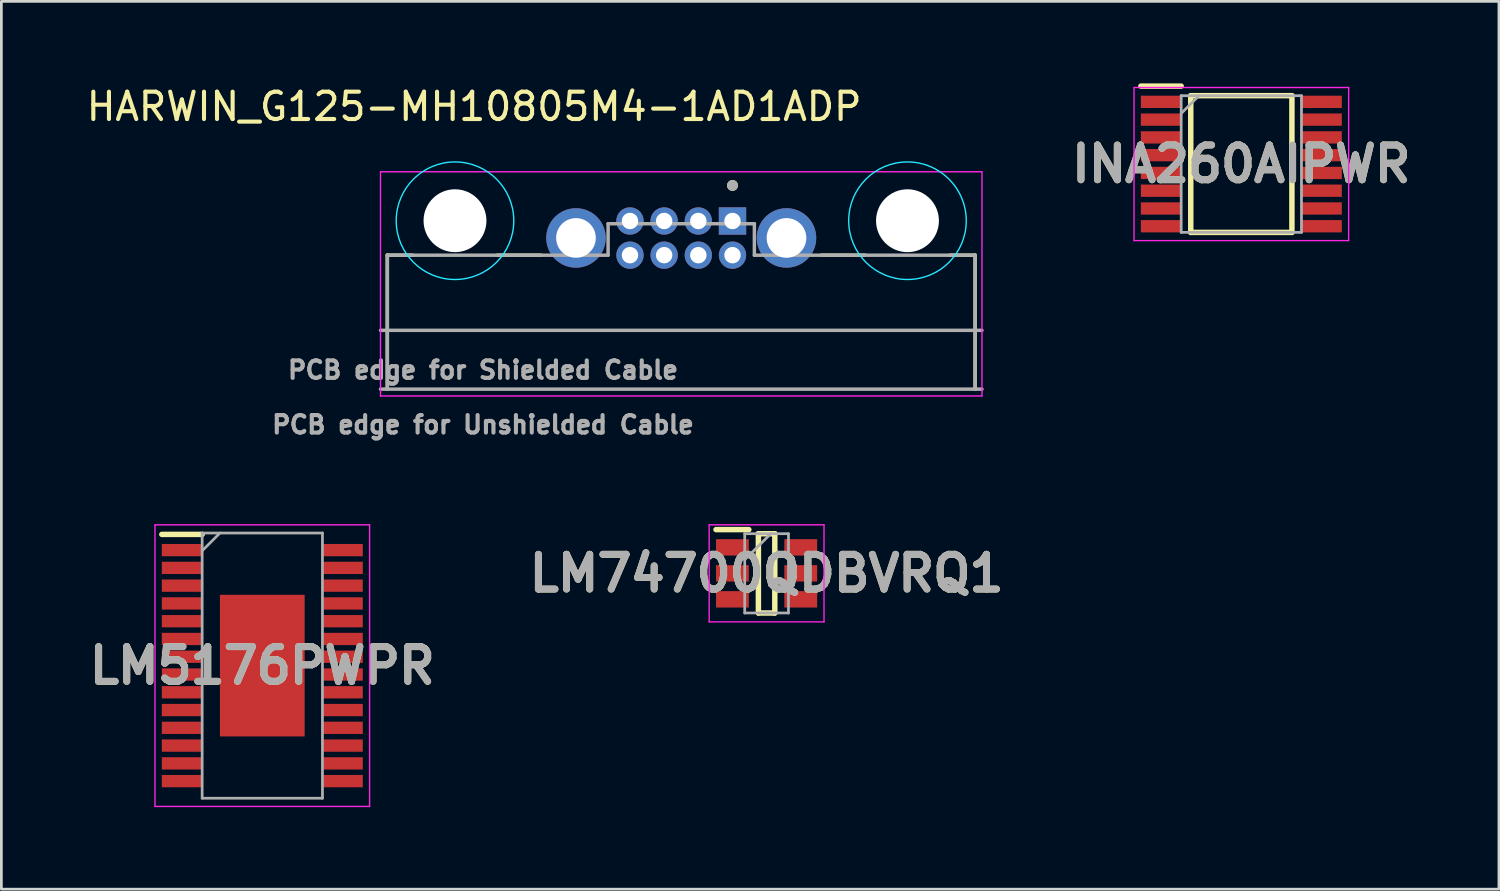
<source format=kicad_pcb>
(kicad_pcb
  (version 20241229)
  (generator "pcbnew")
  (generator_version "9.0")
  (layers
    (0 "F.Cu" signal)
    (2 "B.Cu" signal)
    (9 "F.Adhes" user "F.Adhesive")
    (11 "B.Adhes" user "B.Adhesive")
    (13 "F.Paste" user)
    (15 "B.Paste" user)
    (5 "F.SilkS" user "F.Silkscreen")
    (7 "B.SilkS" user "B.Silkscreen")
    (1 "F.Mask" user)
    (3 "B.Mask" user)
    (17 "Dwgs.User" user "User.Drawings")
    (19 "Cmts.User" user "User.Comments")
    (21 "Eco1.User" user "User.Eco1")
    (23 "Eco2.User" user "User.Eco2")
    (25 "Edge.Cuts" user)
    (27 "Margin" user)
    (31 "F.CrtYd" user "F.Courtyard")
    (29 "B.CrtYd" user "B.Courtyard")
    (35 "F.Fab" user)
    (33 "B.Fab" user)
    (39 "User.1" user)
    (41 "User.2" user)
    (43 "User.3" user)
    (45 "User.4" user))
  (footprint "HARWIN_G125-MH10805M4-1AD1ADP"
    (layer "F.Cu")
    (at 21.867 8.733)
    (property "Reference" "HARWIN_G125-MH10805M4-1AD1ADP" (at -7.575 -7.885 0) (layer "F.SilkS") (effects (font (size 1 1) (thickness 0.15))))
    (attr through_hole)
    (fp_line (start -10.75 -2.45) (end -9.825 -2.45) (stroke (width 0.127) (type solid)) (layer "F.SilkS"))
    (fp_line (start -10.75 2.45) (end -10.75 -2.45) (stroke (width 0.127) (type solid)) (layer "F.SilkS"))
    (fp_line (start -6.725 -2.45) (end -5.125 -2.45) (stroke (width 0.127) (type solid)) (layer "F.SilkS"))
    (fp_line (start 5.125 -2.45) (end 6.725 -2.45) (stroke (width 0.127) (type solid)) (layer "F.SilkS"))
    (fp_line (start 9.825 -2.45) (end 10.75 -2.45) (stroke (width 0.127) (type solid)) (layer "F.SilkS"))
    (fp_line (start 10.75 2.45) (end 10.75 -2.45) (stroke (width 0.127) (type solid)) (layer "F.SilkS"))
    (fp_circle (center 1.875 -5) (end 1.975 -5) (stroke (width 0.2) (type solid)) (fill no) (layer "F.SilkS"))
    (fp_circle (center -8.275 -3.71) (end -6.125 -3.71) (stroke (width 0.05) (type solid)) (fill no) (layer "B.CrtYd"))
    (fp_circle (center 8.275 -3.71) (end 10.425 -3.71) (stroke (width 0.05) (type solid)) (fill no) (layer "B.CrtYd"))
    (fp_line (start -11 -5.5) (end 11 -5.5) (stroke (width 0.05) (type solid)) (layer "F.CrtYd"))
    (fp_line (start -11 2.7) (end -11 -5.5) (stroke (width 0.05) (type solid)) (layer "F.CrtYd"))
    (fp_line (start 11 -5.5) (end 11 2.7) (stroke (width 0.05) (type solid)) (layer "F.CrtYd"))
    (fp_line (start 11 2.7) (end -11 2.7) (stroke (width 0.05) (type solid)) (layer "F.CrtYd"))
    (fp_line (start -11 0.3) (end 11 0.3) (stroke (width 0.127) (type solid)) (layer "F.Fab"))
    (fp_line (start -10.75 -2.45) (end -2.675 -2.45) (stroke (width 0.127) (type solid)) (layer "F.Fab"))
    (fp_line (start -10.75 2.45) (end -11 2.45) (stroke (width 0.127) (type solid)) (layer "F.Fab"))
    (fp_line (start -10.75 2.45) (end -10.75 -2.45) (stroke (width 0.127) (type solid)) (layer "F.Fab"))
    (fp_line (start -10.75 2.45) (end 10.75 2.45) (stroke (width 0.127) (type solid)) (layer "F.Fab"))
    (fp_line (start -2.675 -3.6) (end -2.675 -2.45) (stroke (width 0.127) (type solid)) (layer "F.Fab"))
    (fp_line (start 2.675 -3.6) (end -2.675 -3.6) (stroke (width 0.127) (type solid)) (layer "F.Fab"))
    (fp_line (start 2.675 -3.6) (end 2.675 -2.45) (stroke (width 0.127) (type solid)) (layer "F.Fab"))
    (fp_line (start 2.675 -2.45) (end 10.75 -2.45) (stroke (width 0.127) (type solid)) (layer "F.Fab"))
    (fp_line (start 10.75 2.45) (end 10.75 -2.45) (stroke (width 0.127) (type solid)) (layer "F.Fab"))
    (fp_line (start 10.75 2.45) (end 11 2.45) (stroke (width 0.127) (type solid)) (layer "F.Fab"))
    (fp_circle (center 1.875 -5) (end 1.975 -5) (stroke (width 0.2) (type solid)) (fill no) (layer "F.Fab"))
    (fp_text user "PCB edge for Shielded Cable" (at -7.25 1.75 0) (layer "F.Fab") (effects (font (size 0.64 0.64) (thickness 0.15))))
    (fp_text user "PCB edge for Unshielded Cable" (at -7.25 3.75 0) (layer "F.Fab") (effects (font (size 0.64 0.64) (thickness 0.15))))
    (pad "" np_thru_hole circle (at -8.275 -3.71) (size 2.3 2.3) (drill 2.3) (layers "*.Cu" "*.Mask"))
    (pad "" np_thru_hole circle (at 8.275 -3.71) (size 2.3 2.3) (drill 2.3) (layers "*.Cu" "*.Mask"))
    (pad "1" thru_hole rect (at 1.875 -3.7) (size 1 1) (drill 0.6) (layers "*.Cu" "*.Mask"))
    (pad "2" thru_hole circle (at 0.625 -3.7) (size 1 1) (drill 0.6) (layers "*.Cu" "*.Mask"))
    (pad "3" thru_hole circle (at -0.625 -3.7) (size 1 1) (drill 0.6) (layers "*.Cu" "*.Mask"))
    (pad "4" thru_hole circle (at -1.875 -3.7) (size 1 1) (drill 0.6) (layers "*.Cu" "*.Mask"))
    (pad "5" thru_hole circle (at 1.875 -2.45) (size 1 1) (drill 0.6) (layers "*.Cu" "*.Mask"))
    (pad "6" thru_hole circle (at 0.625 -2.45) (size 1 1) (drill 0.6) (layers "*.Cu" "*.Mask"))
    (pad "7" thru_hole circle (at -0.625 -2.45) (size 1 1) (drill 0.6) (layers "*.Cu" "*.Mask"))
    (pad "8" thru_hole circle (at -1.875 -2.45) (size 1 1) (drill 0.6) (layers "*.Cu" "*.Mask"))
    (pad "A" thru_hole circle (at 3.85 -3.08) (size 2.175 2.175) (drill 1.45) (layers "*.Cu" "*.Mask"))
    (pad "B" thru_hole circle (at -3.85 -3.08) (size 2.175 2.175) (drill 1.45) (layers "*.Cu" "*.Mask"))
    (zone (net_name "") (layers "F.Cu" "B.Cu") (hatch full 0.508) (connect_pads) (min_thickness 1.9) (filled_areas_thickness no) (keepout (tracks allowed) (vias not_allowed) (pads allowed) (copperpour allowed) (footprints allowed)) (placement (enabled no)) (fill) (polygon (pts (xy 15.492 5.023) (xy 15.483 5.209) (xy 15.455 5.394) (xy 15.41 5.575) (xy 15.347 5.75) (xy 15.267 5.919) (xy 15.171 6.079) (xy 15.06 6.229) (xy 14.935 6.367) (xy 14.797 6.492) (xy 14.647 6.603) (xy 14.487 6.699) (xy 14.319 6.779) (xy 14.143 6.841) (xy 13.962 6.887) (xy 13.778 6.914) (xy 13.592 6.923) (xy 13.405 6.914) (xy 13.221 6.887) (xy 13.04 6.841) (xy 12.865 6.779) (xy 12.696 6.699) (xy 12.536 6.603) (xy 12.386 6.492) (xy 12.248 6.367) (xy 12.123 6.229) (xy 12.012 6.079) (xy 11.916 5.919) (xy 11.836 5.75) (xy 11.773 5.575) (xy 11.728 5.394) (xy 11.701 5.209) (xy 11.692 5.023) (xy 11.701 4.837) (xy 11.728 4.653) (xy 11.773 4.472) (xy 11.836 4.296) (xy 11.916 4.128) (xy 12.012 3.968) (xy 12.123 3.818) (xy 12.248 3.68) (xy 12.386 3.555) (xy 12.536 3.443) (xy 12.696 3.348) (xy 12.865 3.268) (xy 13.04 3.205) (xy 13.221 3.16) (xy 13.405 3.132) (xy 13.592 3.123) (xy 13.778 3.132) (xy 13.962 3.16) (xy 14.143 3.205) (xy 14.319 3.268) (xy 14.487 3.348) (xy 14.647 3.443) (xy 14.797 3.555) (xy 14.935 3.68) (xy 15.06 3.818) (xy 15.171 3.968) (xy 15.267 4.128) (xy 15.347 4.296) (xy 15.41 4.472) (xy 15.455 4.653) (xy 15.483 4.837))))
    (zone (net_name "") (layers "F.Cu" "B.Cu") (hatch full 0.508) (connect_pads) (min_thickness 1.9) (filled_areas_thickness no) (keepout (tracks allowed) (vias not_allowed) (pads allowed) (copperpour allowed) (footprints allowed)) (placement (enabled no)) (fill) (polygon (pts (xy 32.042 5.023) (xy 32.033 5.209) (xy 32.005 5.394) (xy 31.96 5.575) (xy 31.897 5.75) (xy 31.817 5.919) (xy 31.721 6.079) (xy 31.61 6.229) (xy 31.485 6.367) (xy 31.347 6.492) (xy 31.197 6.603) (xy 31.037 6.699) (xy 30.869 6.779) (xy 30.693 6.841) (xy 30.512 6.887) (xy 30.328 6.914) (xy 30.142 6.923) (xy 29.955 6.914) (xy 29.771 6.887) (xy 29.59 6.841) (xy 29.415 6.779) (xy 29.246 6.699) (xy 29.086 6.603) (xy 28.936 6.492) (xy 28.798 6.367) (xy 28.673 6.229) (xy 28.562 6.079) (xy 28.466 5.919) (xy 28.386 5.75) (xy 28.323 5.575) (xy 28.278 5.394) (xy 28.251 5.209) (xy 28.242 5.023) (xy 28.251 4.837) (xy 28.278 4.653) (xy 28.323 4.472) (xy 28.386 4.296) (xy 28.466 4.128) (xy 28.562 3.968) (xy 28.673 3.818) (xy 28.798 3.68) (xy 28.936 3.555) (xy 29.086 3.443) (xy 29.246 3.348) (xy 29.415 3.268) (xy 29.59 3.205) (xy 29.771 3.16) (xy 29.955 3.132) (xy 30.142 3.123) (xy 30.328 3.132) (xy 30.512 3.16) (xy 30.693 3.205) (xy 30.869 3.268) (xy 31.037 3.348) (xy 31.197 3.443) (xy 31.347 3.555) (xy 31.485 3.68) (xy 31.61 3.818) (xy 31.721 3.968) (xy 31.817 4.128) (xy 31.897 4.296) (xy 31.96 4.472) (xy 32.005 4.653) (xy 32.033 4.837))))
    (zone (net_name "") (layer "B.Cu") (hatch full 0.508) (connect_pads) (min_thickness 1.9) (filled_areas_thickness no) (keepout (tracks not_allowed) (vias not_allowed) (pads not_allowed) (copperpour not_allowed) (footprints allowed)) (placement (enabled no)) (fill) (polygon (pts (xy 15.492 5.023) (xy 15.483 5.209) (xy 15.455 5.394) (xy 15.41 5.575) (xy 15.347 5.75) (xy 15.267 5.919) (xy 15.171 6.079) (xy 15.06 6.229) (xy 14.935 6.367) (xy 14.797 6.492) (xy 14.647 6.603) (xy 14.487 6.699) (xy 14.319 6.779) (xy 14.143 6.841) (xy 13.962 6.887) (xy 13.778 6.914) (xy 13.592 6.923) (xy 13.405 6.914) (xy 13.221 6.887) (xy 13.04 6.841) (xy 12.865 6.779) (xy 12.696 6.699) (xy 12.536 6.603) (xy 12.386 6.492) (xy 12.248 6.367) (xy 12.123 6.229) (xy 12.012 6.079) (xy 11.916 5.919) (xy 11.836 5.75) (xy 11.773 5.575) (xy 11.728 5.394) (xy 11.701 5.209) (xy 11.692 5.023) (xy 11.701 4.837) (xy 11.728 4.653) (xy 11.773 4.472) (xy 11.836 4.296) (xy 11.916 4.128) (xy 12.012 3.968) (xy 12.123 3.818) (xy 12.248 3.68) (xy 12.386 3.555) (xy 12.536 3.443) (xy 12.696 3.348) (xy 12.865 3.268) (xy 13.04 3.205) (xy 13.221 3.16) (xy 13.405 3.132) (xy 13.592 3.123) (xy 13.778 3.132) (xy 13.962 3.16) (xy 14.143 3.205) (xy 14.319 3.268) (xy 14.487 3.348) (xy 14.647 3.443) (xy 14.797 3.555) (xy 14.935 3.68) (xy 15.06 3.818) (xy 15.171 3.968) (xy 15.267 4.128) (xy 15.347 4.296) (xy 15.41 4.472) (xy 15.455 4.653) (xy 15.483 4.837))))
    (zone (net_name "") (layer "B.Cu") (hatch full 0.508) (connect_pads) (min_thickness 1.9) (filled_areas_thickness no) (keepout (tracks not_allowed) (vias not_allowed) (pads not_allowed) (copperpour not_allowed) (footprints allowed)) (placement (enabled no)) (fill) (polygon (pts (xy 32.042 5.023) (xy 32.033 5.209) (xy 32.005 5.394) (xy 31.96 5.575) (xy 31.897 5.75) (xy 31.817 5.919) (xy 31.721 6.079) (xy 31.61 6.229) (xy 31.485 6.367) (xy 31.347 6.492) (xy 31.197 6.603) (xy 31.037 6.699) (xy 30.869 6.779) (xy 30.693 6.841) (xy 30.512 6.887) (xy 30.328 6.914) (xy 30.142 6.923) (xy 29.955 6.914) (xy 29.771 6.887) (xy 29.59 6.841) (xy 29.415 6.779) (xy 29.246 6.699) (xy 29.086 6.603) (xy 28.936 6.492) (xy 28.798 6.367) (xy 28.673 6.229) (xy 28.562 6.079) (xy 28.466 5.919) (xy 28.386 5.75) (xy 28.323 5.575) (xy 28.278 5.394) (xy 28.251 5.209) (xy 28.242 5.023) (xy 28.251 4.837) (xy 28.278 4.653) (xy 28.323 4.472) (xy 28.386 4.296) (xy 28.466 4.128) (xy 28.562 3.968) (xy 28.673 3.818) (xy 28.798 3.68) (xy 28.936 3.555) (xy 29.086 3.443) (xy 29.246 3.348) (xy 29.415 3.268) (xy 29.59 3.205) (xy 29.771 3.16) (xy 29.955 3.132) (xy 30.142 3.123) (xy 30.328 3.132) (xy 30.512 3.16) (xy 30.693 3.205) (xy 30.869 3.268) (xy 31.037 3.348) (xy 31.197 3.443) (xy 31.347 3.555) (xy 31.485 3.68) (xy 31.61 3.818) (xy 31.721 3.968) (xy 31.817 4.128) (xy 31.897 4.296) (xy 31.96 4.472) (xy 32.005 4.653) (xy 32.033 4.837)))))
  (footprint "LM5176PWPR"
    (layer "F.Cu")
    (at 6.544 21.296)
    (property "Reference" "LM5176PWPR" (at 0 0 0) (layer "F.SilkS") (effects (font (size 1.27 1.27) (thickness 0.254))))
    (attr smd)
    (fp_line (start -3.675 -4.8) (end -2.2 -4.8) (stroke (width 0.2) (type solid)) (layer "F.SilkS"))
    (fp_line (start -3.925 -5.15) (end 3.925 -5.15) (stroke (width 0.05) (type solid)) (layer "F.CrtYd"))
    (fp_line (start -3.925 5.15) (end -3.925 -5.15) (stroke (width 0.05) (type solid)) (layer "F.CrtYd"))
    (fp_line (start 3.925 -5.15) (end 3.925 5.15) (stroke (width 0.05) (type solid)) (layer "F.CrtYd"))
    (fp_line (start 3.925 5.15) (end -3.925 5.15) (stroke (width 0.05) (type solid)) (layer "F.CrtYd"))
    (fp_line (start -2.2 -4.85) (end 2.2 -4.85) (stroke (width 0.1) (type solid)) (layer "F.Fab"))
    (fp_line (start -2.2 -4.2) (end -1.55 -4.85) (stroke (width 0.1) (type solid)) (layer "F.Fab"))
    (fp_line (start -2.2 4.85) (end -2.2 -4.85) (stroke (width 0.1) (type solid)) (layer "F.Fab"))
    (fp_line (start 2.2 -4.85) (end 2.2 4.85) (stroke (width 0.1) (type solid)) (layer "F.Fab"))
    (fp_line (start 2.2 4.85) (end -2.2 4.85) (stroke (width 0.1) (type solid)) (layer "F.Fab"))
    (fp_text user "${REFERENCE}" (at 0 0 0) (layer "F.Fab") (effects (font (size 1.27 1.27) (thickness 0.254))))
    (pad "1" smd rect (at -2.938 -4.225 90) (size 0.45 1.475) (layers "F.Cu" "F.Mask" "F.Paste"))
    (pad "2" smd rect (at -2.938 -3.575 90) (size 0.45 1.475) (layers "F.Cu" "F.Mask" "F.Paste"))
    (pad "3" smd rect (at -2.938 -2.925 90) (size 0.45 1.475) (layers "F.Cu" "F.Mask" "F.Paste"))
    (pad "4" smd rect (at -2.938 -2.275 90) (size 0.45 1.475) (layers "F.Cu" "F.Mask" "F.Paste"))
    (pad "5" smd rect (at -2.938 -1.625 90) (size 0.45 1.475) (layers "F.Cu" "F.Mask" "F.Paste"))
    (pad "6" smd rect (at -2.938 -0.975 90) (size 0.45 1.475) (layers "F.Cu" "F.Mask" "F.Paste"))
    (pad "7" smd rect (at -2.938 -0.325 90) (size 0.45 1.475) (layers "F.Cu" "F.Mask" "F.Paste"))
    (pad "8" smd rect (at -2.938 0.325 90) (size 0.45 1.475) (layers "F.Cu" "F.Mask" "F.Paste"))
    (pad "9" smd rect (at -2.938 0.975 90) (size 0.45 1.475) (layers "F.Cu" "F.Mask" "F.Paste"))
    (pad "10" smd rect (at -2.938 1.625 90) (size 0.45 1.475) (layers "F.Cu" "F.Mask" "F.Paste"))
    (pad "11" smd rect (at -2.938 2.275 90) (size 0.45 1.475) (layers "F.Cu" "F.Mask" "F.Paste"))
    (pad "12" smd rect (at -2.938 2.925 90) (size 0.45 1.475) (layers "F.Cu" "F.Mask" "F.Paste"))
    (pad "13" smd rect (at -2.938 3.575 90) (size 0.45 1.475) (layers "F.Cu" "F.Mask" "F.Paste"))
    (pad "14" smd rect (at -2.938 4.225 90) (size 0.45 1.475) (layers "F.Cu" "F.Mask" "F.Paste"))
    (pad "15" smd rect (at 2.938 4.225 90) (size 0.45 1.475) (layers "F.Cu" "F.Mask" "F.Paste"))
    (pad "16" smd rect (at 2.938 3.575 90) (size 0.45 1.475) (layers "F.Cu" "F.Mask" "F.Paste"))
    (pad "17" smd rect (at 2.938 2.925 90) (size 0.45 1.475) (layers "F.Cu" "F.Mask" "F.Paste"))
    (pad "18" smd rect (at 2.938 2.275 90) (size 0.45 1.475) (layers "F.Cu" "F.Mask" "F.Paste"))
    (pad "19" smd rect (at 2.938 1.625 90) (size 0.45 1.475) (layers "F.Cu" "F.Mask" "F.Paste"))
    (pad "20" smd rect (at 2.938 0.975 90) (size 0.45 1.475) (layers "F.Cu" "F.Mask" "F.Paste"))
    (pad "21" smd rect (at 2.938 0.325 90) (size 0.45 1.475) (layers "F.Cu" "F.Mask" "F.Paste"))
    (pad "22" smd rect (at 2.938 -0.325 90) (size 0.45 1.475) (layers "F.Cu" "F.Mask" "F.Paste"))
    (pad "23" smd rect (at 2.938 -0.975 90) (size 0.45 1.475) (layers "F.Cu" "F.Mask" "F.Paste"))
    (pad "24" smd rect (at 2.938 -1.625 90) (size 0.45 1.475) (layers "F.Cu" "F.Mask" "F.Paste"))
    (pad "25" smd rect (at 2.938 -2.275 90) (size 0.45 1.475) (layers "F.Cu" "F.Mask" "F.Paste"))
    (pad "26" smd rect (at 2.938 -2.925 90) (size 0.45 1.475) (layers "F.Cu" "F.Mask" "F.Paste"))
    (pad "27" smd rect (at 2.938 -3.575 90) (size 0.45 1.475) (layers "F.Cu" "F.Mask" "F.Paste"))
    (pad "28" smd rect (at 2.938 -4.225 90) (size 0.45 1.475) (layers "F.Cu" "F.Mask" "F.Paste"))
    (pad "29" smd rect (at 0 0) (size 3.1 5.18) (layers "F.Cu" "F.Mask" "F.Paste")))
  (footprint "LM74700QDBVRQ1"
    (layer "F.Cu")
    (at 24.989 17.921)
    (property "Reference" "LM74700QDBVRQ1" (at 0 0 0) (layer "F.SilkS") (effects (font (size 1.27 1.27) (thickness 0.254))))
    (attr smd)
    (fp_line (start -1.85 -1.6) (end -0.65 -1.6) (stroke (width 0.2) (type solid)) (layer "F.SilkS"))
    (fp_line (start -0.3 -1.45) (end 0.3 -1.45) (stroke (width 0.2) (type solid)) (layer "F.SilkS"))
    (fp_line (start -0.3 1.45) (end -0.3 -1.45) (stroke (width 0.2) (type solid)) (layer "F.SilkS"))
    (fp_line (start 0.3 -1.45) (end 0.3 1.45) (stroke (width 0.2) (type solid)) (layer "F.SilkS"))
    (fp_line (start 0.3 1.45) (end -0.3 1.45) (stroke (width 0.2) (type solid)) (layer "F.SilkS"))
    (fp_line (start -2.1 -1.775) (end 2.1 -1.775) (stroke (width 0.05) (type solid)) (layer "F.CrtYd"))
    (fp_line (start -2.1 1.775) (end -2.1 -1.775) (stroke (width 0.05) (type solid)) (layer "F.CrtYd"))
    (fp_line (start 2.1 -1.775) (end 2.1 1.775) (stroke (width 0.05) (type solid)) (layer "F.CrtYd"))
    (fp_line (start 2.1 1.775) (end -2.1 1.775) (stroke (width 0.05) (type solid)) (layer "F.CrtYd"))
    (fp_line (start -0.8 -1.45) (end 0.8 -1.45) (stroke (width 0.1) (type solid)) (layer "F.Fab"))
    (fp_line (start -0.8 -0.5) (end 0.15 -1.45) (stroke (width 0.1) (type solid)) (layer "F.Fab"))
    (fp_line (start -0.8 1.45) (end -0.8 -1.45) (stroke (width 0.1) (type solid)) (layer "F.Fab"))
    (fp_line (start 0.8 -1.45) (end 0.8 1.45) (stroke (width 0.1) (type solid)) (layer "F.Fab"))
    (fp_line (start 0.8 1.45) (end -0.8 1.45) (stroke (width 0.1) (type solid)) (layer "F.Fab"))
    (fp_text user "${REFERENCE}" (at 0 0 0) (layer "F.Fab") (effects (font (size 1.27 1.27) (thickness 0.254))))
    (pad "1" smd rect (at -1.25 -0.95 90) (size 0.6 1.2) (layers "F.Cu" "F.Mask" "F.Paste"))
    (pad "2" smd rect (at -1.25 0 90) (size 0.6 1.2) (layers "F.Cu" "F.Mask" "F.Paste"))
    (pad "3" smd rect (at -1.25 0.95 90) (size 0.6 1.2) (layers "F.Cu" "F.Mask" "F.Paste"))
    (pad "4" smd rect (at 1.25 0.95 90) (size 0.6 1.2) (layers "F.Cu" "F.Mask" "F.Paste"))
    (pad "5" smd rect (at 1.25 0 90) (size 0.6 1.2) (layers "F.Cu" "F.Mask" "F.Paste"))
    (pad "6" smd rect (at 1.25 -0.95 90) (size 0.6 1.2) (layers "F.Cu" "F.Mask" "F.Paste")))
  (footprint "INA260AIPWR"
    (layer "F.Cu")
    (at 42.353 2.95)
    (property "Reference" "INA260AIPWR" (at 0 0 0) (layer "F.SilkS") (effects (font (size 1.27 1.27) (thickness 0.254))))
    (attr smd)
    (fp_line (start -3.675 -2.85) (end -2.2 -2.85) (stroke (width 0.2) (type solid)) (layer "F.SilkS"))
    (fp_line (start -1.85 -2.5) (end 1.85 -2.5) (stroke (width 0.2) (type solid)) (layer "F.SilkS"))
    (fp_line (start -1.85 2.5) (end -1.85 -2.5) (stroke (width 0.2) (type solid)) (layer "F.SilkS"))
    (fp_line (start 1.85 -2.5) (end 1.85 2.5) (stroke (width 0.2) (type solid)) (layer "F.SilkS"))
    (fp_line (start 1.85 2.5) (end -1.85 2.5) (stroke (width 0.2) (type solid)) (layer "F.SilkS"))
    (fp_line (start -3.925 -2.8) (end 3.925 -2.8) (stroke (width 0.05) (type solid)) (layer "F.CrtYd"))
    (fp_line (start -3.925 2.8) (end -3.925 -2.8) (stroke (width 0.05) (type solid)) (layer "F.CrtYd"))
    (fp_line (start 3.925 -2.8) (end 3.925 2.8) (stroke (width 0.05) (type solid)) (layer "F.CrtYd"))
    (fp_line (start 3.925 2.8) (end -3.925 2.8) (stroke (width 0.05) (type solid)) (layer "F.CrtYd"))
    (fp_line (start -2.2 -2.5) (end 2.2 -2.5) (stroke (width 0.1) (type solid)) (layer "F.Fab"))
    (fp_line (start -2.2 -1.85) (end -1.55 -2.5) (stroke (width 0.1) (type solid)) (layer "F.Fab"))
    (fp_line (start -2.2 2.5) (end -2.2 -2.5) (stroke (width 0.1) (type solid)) (layer "F.Fab"))
    (fp_line (start 2.2 -2.5) (end 2.2 2.5) (stroke (width 0.1) (type solid)) (layer "F.Fab"))
    (fp_line (start 2.2 2.5) (end -2.2 2.5) (stroke (width 0.1) (type solid)) (layer "F.Fab"))
    (fp_text user "${REFERENCE}" (at 0 0 0) (layer "F.Fab") (effects (font (size 1.27 1.27) (thickness 0.254))))
    (pad "1" smd rect (at -2.938 -2.275 90) (size 0.45 1.475) (layers "F.Cu" "F.Mask" "F.Paste"))
    (pad "2" smd rect (at -2.938 -1.625 90) (size 0.45 1.475) (layers "F.Cu" "F.Mask" "F.Paste"))
    (pad "3" smd rect (at -2.938 -0.975 90) (size 0.45 1.475) (layers "F.Cu" "F.Mask" "F.Paste"))
    (pad "4" smd rect (at -2.938 -0.325 90) (size 0.45 1.475) (layers "F.Cu" "F.Mask" "F.Paste"))
    (pad "5" smd rect (at -2.938 0.325 90) (size 0.45 1.475) (layers "F.Cu" "F.Mask" "F.Paste"))
    (pad "6" smd rect (at -2.938 0.975 90) (size 0.45 1.475) (layers "F.Cu" "F.Mask" "F.Paste"))
    (pad "7" smd rect (at -2.938 1.625 90) (size 0.45 1.475) (layers "F.Cu" "F.Mask" "F.Paste"))
    (pad "8" smd rect (at -2.938 2.275 90) (size 0.45 1.475) (layers "F.Cu" "F.Mask" "F.Paste"))
    (pad "9" smd rect (at 2.938 2.275 90) (size 0.45 1.475) (layers "F.Cu" "F.Mask" "F.Paste"))
    (pad "10" smd rect (at 2.938 1.625 90) (size 0.45 1.475) (layers "F.Cu" "F.Mask" "F.Paste"))
    (pad "11" smd rect (at 2.938 0.975 90) (size 0.45 1.475) (layers "F.Cu" "F.Mask" "F.Paste"))
    (pad "12" smd rect (at 2.938 0.325 90) (size 0.45 1.475) (layers "F.Cu" "F.Mask" "F.Paste"))
    (pad "13" smd rect (at 2.938 -0.325 90) (size 0.45 1.475) (layers "F.Cu" "F.Mask" "F.Paste"))
    (pad "14" smd rect (at 2.938 -0.975 90) (size 0.45 1.475) (layers "F.Cu" "F.Mask" "F.Paste"))
    (pad "15" smd rect (at 2.938 -1.625 90) (size 0.45 1.475) (layers "F.Cu" "F.Mask" "F.Paste"))
    (pad "16" smd rect (at 2.938 -2.275 90) (size 0.45 1.475) (layers "F.Cu" "F.Mask" "F.Paste")))
  (gr_rect
    (start -3 -3)
    (end 51.775 29.471)
    (stroke (width 0.1) (type default))
    (fill no)
    (layer "Edge.Cuts")))
</source>
